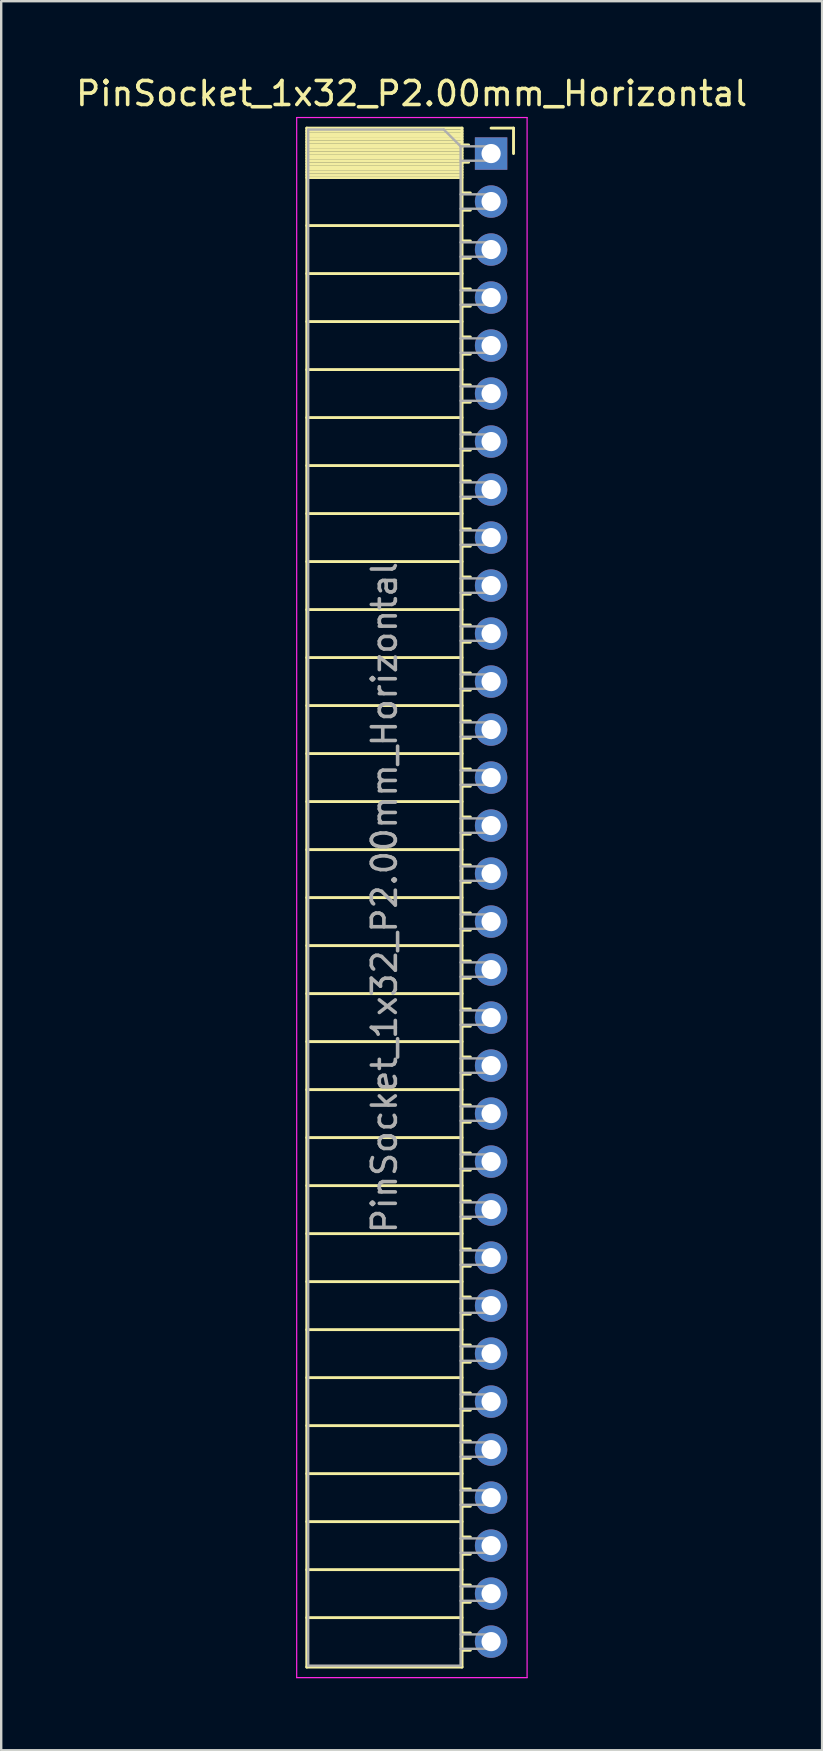
<source format=kicad_pcb>
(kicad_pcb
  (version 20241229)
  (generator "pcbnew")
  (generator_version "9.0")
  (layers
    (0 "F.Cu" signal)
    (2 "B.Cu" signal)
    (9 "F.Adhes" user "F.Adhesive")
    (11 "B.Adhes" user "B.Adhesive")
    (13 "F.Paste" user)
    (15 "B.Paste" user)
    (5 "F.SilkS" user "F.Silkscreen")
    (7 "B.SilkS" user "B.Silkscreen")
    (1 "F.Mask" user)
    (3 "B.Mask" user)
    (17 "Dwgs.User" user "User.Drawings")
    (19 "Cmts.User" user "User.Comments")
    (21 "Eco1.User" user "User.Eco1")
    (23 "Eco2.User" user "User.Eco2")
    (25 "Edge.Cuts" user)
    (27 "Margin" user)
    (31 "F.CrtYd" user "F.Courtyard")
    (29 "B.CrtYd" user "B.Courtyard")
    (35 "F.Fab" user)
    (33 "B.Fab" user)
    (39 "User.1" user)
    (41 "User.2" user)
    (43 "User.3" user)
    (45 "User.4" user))
  (footprint "PinSocket_1x32_P2.00mm_Horizontal"
    (layer "F.Cu")
    (at 17.411 3.348)
    (property "Reference" "PinSocket_1x32_P2.00mm_Horizontal" (at -3.31 -2.5 0) (layer "F.SilkS") (effects (font (size 1 1) (thickness 0.15))))
    (attr through_hole)
    (fp_line (start -7.68 -1.06) (end -7.68 63.06) (stroke (width 0.12) (type solid)) (layer "F.SilkS"))
    (fp_line (start -7.68 -1.06) (end -1.21 -1.06) (stroke (width 0.12) (type solid)) (layer "F.SilkS"))
    (fp_line (start -7.68 -0.94) (end -1.21 -0.94) (stroke (width 0.12) (type solid)) (layer "F.SilkS"))
    (fp_line (start -7.68 -0.826) (end -1.21 -0.826) (stroke (width 0.12) (type solid)) (layer "F.SilkS"))
    (fp_line (start -7.68 -0.712) (end -1.21 -0.712) (stroke (width 0.12) (type solid)) (layer "F.SilkS"))
    (fp_line (start -7.68 -0.598) (end -1.21 -0.598) (stroke (width 0.12) (type solid)) (layer "F.SilkS"))
    (fp_line (start -7.68 -0.484) (end -1.21 -0.484) (stroke (width 0.12) (type solid)) (layer "F.SilkS"))
    (fp_line (start -7.68 -0.369) (end -1.21 -0.369) (stroke (width 0.12) (type solid)) (layer "F.SilkS"))
    (fp_line (start -7.68 -0.255) (end -1.21 -0.255) (stroke (width 0.12) (type solid)) (layer "F.SilkS"))
    (fp_line (start -7.68 -0.141) (end -1.21 -0.141) (stroke (width 0.12) (type solid)) (layer "F.SilkS"))
    (fp_line (start -7.68 -0.027) (end -1.21 -0.027) (stroke (width 0.12) (type solid)) (layer "F.SilkS"))
    (fp_line (start -7.68 0.087) (end -1.21 0.087) (stroke (width 0.12) (type solid)) (layer "F.SilkS"))
    (fp_line (start -7.68 0.201) (end -1.21 0.201) (stroke (width 0.12) (type solid)) (layer "F.SilkS"))
    (fp_line (start -7.68 0.315) (end -1.21 0.315) (stroke (width 0.12) (type solid)) (layer "F.SilkS"))
    (fp_line (start -7.68 0.429) (end -1.21 0.429) (stroke (width 0.12) (type solid)) (layer "F.SilkS"))
    (fp_line (start -7.68 0.544) (end -1.21 0.544) (stroke (width 0.12) (type solid)) (layer "F.SilkS"))
    (fp_line (start -7.68 0.658) (end -1.21 0.658) (stroke (width 0.12) (type solid)) (layer "F.SilkS"))
    (fp_line (start -7.68 0.772) (end -1.21 0.772) (stroke (width 0.12) (type solid)) (layer "F.SilkS"))
    (fp_line (start -7.68 0.886) (end -1.21 0.886) (stroke (width 0.12) (type solid)) (layer "F.SilkS"))
    (fp_line (start -7.68 1) (end -1.21 1) (stroke (width 0.12) (type solid)) (layer "F.SilkS"))
    (fp_line (start -7.68 3) (end -1.21 3) (stroke (width 0.12) (type solid)) (layer "F.SilkS"))
    (fp_line (start -7.68 5) (end -1.21 5) (stroke (width 0.12) (type solid)) (layer "F.SilkS"))
    (fp_line (start -7.68 7) (end -1.21 7) (stroke (width 0.12) (type solid)) (layer "F.SilkS"))
    (fp_line (start -7.68 9) (end -1.21 9) (stroke (width 0.12) (type solid)) (layer "F.SilkS"))
    (fp_line (start -7.68 11) (end -1.21 11) (stroke (width 0.12) (type solid)) (layer "F.SilkS"))
    (fp_line (start -7.68 13) (end -1.21 13) (stroke (width 0.12) (type solid)) (layer "F.SilkS"))
    (fp_line (start -7.68 15) (end -1.21 15) (stroke (width 0.12) (type solid)) (layer "F.SilkS"))
    (fp_line (start -7.68 17) (end -1.21 17) (stroke (width 0.12) (type solid)) (layer "F.SilkS"))
    (fp_line (start -7.68 19) (end -1.21 19) (stroke (width 0.12) (type solid)) (layer "F.SilkS"))
    (fp_line (start -7.68 21) (end -1.21 21) (stroke (width 0.12) (type solid)) (layer "F.SilkS"))
    (fp_line (start -7.68 23) (end -1.21 23) (stroke (width 0.12) (type solid)) (layer "F.SilkS"))
    (fp_line (start -7.68 25) (end -1.21 25) (stroke (width 0.12) (type solid)) (layer "F.SilkS"))
    (fp_line (start -7.68 27) (end -1.21 27) (stroke (width 0.12) (type solid)) (layer "F.SilkS"))
    (fp_line (start -7.68 29) (end -1.21 29) (stroke (width 0.12) (type solid)) (layer "F.SilkS"))
    (fp_line (start -7.68 31) (end -1.21 31) (stroke (width 0.12) (type solid)) (layer "F.SilkS"))
    (fp_line (start -7.68 33) (end -1.21 33) (stroke (width 0.12) (type solid)) (layer "F.SilkS"))
    (fp_line (start -7.68 35) (end -1.21 35) (stroke (width 0.12) (type solid)) (layer "F.SilkS"))
    (fp_line (start -7.68 37) (end -1.21 37) (stroke (width 0.12) (type solid)) (layer "F.SilkS"))
    (fp_line (start -7.68 39) (end -1.21 39) (stroke (width 0.12) (type solid)) (layer "F.SilkS"))
    (fp_line (start -7.68 41) (end -1.21 41) (stroke (width 0.12) (type solid)) (layer "F.SilkS"))
    (fp_line (start -7.68 43) (end -1.21 43) (stroke (width 0.12) (type solid)) (layer "F.SilkS"))
    (fp_line (start -7.68 45) (end -1.21 45) (stroke (width 0.12) (type solid)) (layer "F.SilkS"))
    (fp_line (start -7.68 47) (end -1.21 47) (stroke (width 0.12) (type solid)) (layer "F.SilkS"))
    (fp_line (start -7.68 49) (end -1.21 49) (stroke (width 0.12) (type solid)) (layer "F.SilkS"))
    (fp_line (start -7.68 51) (end -1.21 51) (stroke (width 0.12) (type solid)) (layer "F.SilkS"))
    (fp_line (start -7.68 53) (end -1.21 53) (stroke (width 0.12) (type solid)) (layer "F.SilkS"))
    (fp_line (start -7.68 55) (end -1.21 55) (stroke (width 0.12) (type solid)) (layer "F.SilkS"))
    (fp_line (start -7.68 57) (end -1.21 57) (stroke (width 0.12) (type solid)) (layer "F.SilkS"))
    (fp_line (start -7.68 59) (end -1.21 59) (stroke (width 0.12) (type solid)) (layer "F.SilkS"))
    (fp_line (start -7.68 61) (end -1.21 61) (stroke (width 0.12) (type solid)) (layer "F.SilkS"))
    (fp_line (start -7.68 63.06) (end -1.21 63.06) (stroke (width 0.12) (type solid)) (layer "F.SilkS"))
    (fp_line (start -1.21 -1.06) (end -1.21 63.06) (stroke (width 0.12) (type solid)) (layer "F.SilkS"))
    (fp_line (start -1.21 -0.36) (end -0.935 -0.36) (stroke (width 0.12) (type solid)) (layer "F.SilkS"))
    (fp_line (start -1.21 0.36) (end -0.935 0.36) (stroke (width 0.12) (type solid)) (layer "F.SilkS"))
    (fp_line (start -1.21 1.64) (end -0.863 1.64) (stroke (width 0.12) (type solid)) (layer "F.SilkS"))
    (fp_line (start -1.21 2.36) (end -0.863 2.36) (stroke (width 0.12) (type solid)) (layer "F.SilkS"))
    (fp_line (start -1.21 3.64) (end -0.863 3.64) (stroke (width 0.12) (type solid)) (layer "F.SilkS"))
    (fp_line (start -1.21 4.36) (end -0.863 4.36) (stroke (width 0.12) (type solid)) (layer "F.SilkS"))
    (fp_line (start -1.21 5.64) (end -0.863 5.64) (stroke (width 0.12) (type solid)) (layer "F.SilkS"))
    (fp_line (start -1.21 6.36) (end -0.863 6.36) (stroke (width 0.12) (type solid)) (layer "F.SilkS"))
    (fp_line (start -1.21 7.64) (end -0.863 7.64) (stroke (width 0.12) (type solid)) (layer "F.SilkS"))
    (fp_line (start -1.21 8.36) (end -0.863 8.36) (stroke (width 0.12) (type solid)) (layer "F.SilkS"))
    (fp_line (start -1.21 9.64) (end -0.863 9.64) (stroke (width 0.12) (type solid)) (layer "F.SilkS"))
    (fp_line (start -1.21 10.36) (end -0.863 10.36) (stroke (width 0.12) (type solid)) (layer "F.SilkS"))
    (fp_line (start -1.21 11.64) (end -0.863 11.64) (stroke (width 0.12) (type solid)) (layer "F.SilkS"))
    (fp_line (start -1.21 12.36) (end -0.863 12.36) (stroke (width 0.12) (type solid)) (layer "F.SilkS"))
    (fp_line (start -1.21 13.64) (end -0.863 13.64) (stroke (width 0.12) (type solid)) (layer "F.SilkS"))
    (fp_line (start -1.21 14.36) (end -0.863 14.36) (stroke (width 0.12) (type solid)) (layer "F.SilkS"))
    (fp_line (start -1.21 15.64) (end -0.863 15.64) (stroke (width 0.12) (type solid)) (layer "F.SilkS"))
    (fp_line (start -1.21 16.36) (end -0.863 16.36) (stroke (width 0.12) (type solid)) (layer "F.SilkS"))
    (fp_line (start -1.21 17.64) (end -0.863 17.64) (stroke (width 0.12) (type solid)) (layer "F.SilkS"))
    (fp_line (start -1.21 18.36) (end -0.863 18.36) (stroke (width 0.12) (type solid)) (layer "F.SilkS"))
    (fp_line (start -1.21 19.64) (end -0.863 19.64) (stroke (width 0.12) (type solid)) (layer "F.SilkS"))
    (fp_line (start -1.21 20.36) (end -0.863 20.36) (stroke (width 0.12) (type solid)) (layer "F.SilkS"))
    (fp_line (start -1.21 21.64) (end -0.863 21.64) (stroke (width 0.12) (type solid)) (layer "F.SilkS"))
    (fp_line (start -1.21 22.36) (end -0.863 22.36) (stroke (width 0.12) (type solid)) (layer "F.SilkS"))
    (fp_line (start -1.21 23.64) (end -0.863 23.64) (stroke (width 0.12) (type solid)) (layer "F.SilkS"))
    (fp_line (start -1.21 24.36) (end -0.863 24.36) (stroke (width 0.12) (type solid)) (layer "F.SilkS"))
    (fp_line (start -1.21 25.64) (end -0.863 25.64) (stroke (width 0.12) (type solid)) (layer "F.SilkS"))
    (fp_line (start -1.21 26.36) (end -0.863 26.36) (stroke (width 0.12) (type solid)) (layer "F.SilkS"))
    (fp_line (start -1.21 27.64) (end -0.863 27.64) (stroke (width 0.12) (type solid)) (layer "F.SilkS"))
    (fp_line (start -1.21 28.36) (end -0.863 28.36) (stroke (width 0.12) (type solid)) (layer "F.SilkS"))
    (fp_line (start -1.21 29.64) (end -0.863 29.64) (stroke (width 0.12) (type solid)) (layer "F.SilkS"))
    (fp_line (start -1.21 30.36) (end -0.863 30.36) (stroke (width 0.12) (type solid)) (layer "F.SilkS"))
    (fp_line (start -1.21 31.64) (end -0.863 31.64) (stroke (width 0.12) (type solid)) (layer "F.SilkS"))
    (fp_line (start -1.21 32.36) (end -0.863 32.36) (stroke (width 0.12) (type solid)) (layer "F.SilkS"))
    (fp_line (start -1.21 33.64) (end -0.863 33.64) (stroke (width 0.12) (type solid)) (layer "F.SilkS"))
    (fp_line (start -1.21 34.36) (end -0.863 34.36) (stroke (width 0.12) (type solid)) (layer "F.SilkS"))
    (fp_line (start -1.21 35.64) (end -0.863 35.64) (stroke (width 0.12) (type solid)) (layer "F.SilkS"))
    (fp_line (start -1.21 36.36) (end -0.863 36.36) (stroke (width 0.12) (type solid)) (layer "F.SilkS"))
    (fp_line (start -1.21 37.64) (end -0.863 37.64) (stroke (width 0.12) (type solid)) (layer "F.SilkS"))
    (fp_line (start -1.21 38.36) (end -0.863 38.36) (stroke (width 0.12) (type solid)) (layer "F.SilkS"))
    (fp_line (start -1.21 39.64) (end -0.863 39.64) (stroke (width 0.12) (type solid)) (layer "F.SilkS"))
    (fp_line (start -1.21 40.36) (end -0.863 40.36) (stroke (width 0.12) (type solid)) (layer "F.SilkS"))
    (fp_line (start -1.21 41.64) (end -0.863 41.64) (stroke (width 0.12) (type solid)) (layer "F.SilkS"))
    (fp_line (start -1.21 42.36) (end -0.863 42.36) (stroke (width 0.12) (type solid)) (layer "F.SilkS"))
    (fp_line (start -1.21 43.64) (end -0.863 43.64) (stroke (width 0.12) (type solid)) (layer "F.SilkS"))
    (fp_line (start -1.21 44.36) (end -0.863 44.36) (stroke (width 0.12) (type solid)) (layer "F.SilkS"))
    (fp_line (start -1.21 45.64) (end -0.863 45.64) (stroke (width 0.12) (type solid)) (layer "F.SilkS"))
    (fp_line (start -1.21 46.36) (end -0.863 46.36) (stroke (width 0.12) (type solid)) (layer "F.SilkS"))
    (fp_line (start -1.21 47.64) (end -0.863 47.64) (stroke (width 0.12) (type solid)) (layer "F.SilkS"))
    (fp_line (start -1.21 48.36) (end -0.863 48.36) (stroke (width 0.12) (type solid)) (layer "F.SilkS"))
    (fp_line (start -1.21 49.64) (end -0.863 49.64) (stroke (width 0.12) (type solid)) (layer "F.SilkS"))
    (fp_line (start -1.21 50.36) (end -0.863 50.36) (stroke (width 0.12) (type solid)) (layer "F.SilkS"))
    (fp_line (start -1.21 51.64) (end -0.863 51.64) (stroke (width 0.12) (type solid)) (layer "F.SilkS"))
    (fp_line (start -1.21 52.36) (end -0.863 52.36) (stroke (width 0.12) (type solid)) (layer "F.SilkS"))
    (fp_line (start -1.21 53.64) (end -0.863 53.64) (stroke (width 0.12) (type solid)) (layer "F.SilkS"))
    (fp_line (start -1.21 54.36) (end -0.863 54.36) (stroke (width 0.12) (type solid)) (layer "F.SilkS"))
    (fp_line (start -1.21 55.64) (end -0.863 55.64) (stroke (width 0.12) (type solid)) (layer "F.SilkS"))
    (fp_line (start -1.21 56.36) (end -0.863 56.36) (stroke (width 0.12) (type solid)) (layer "F.SilkS"))
    (fp_line (start -1.21 57.64) (end -0.863 57.64) (stroke (width 0.12) (type solid)) (layer "F.SilkS"))
    (fp_line (start -1.21 58.36) (end -0.863 58.36) (stroke (width 0.12) (type solid)) (layer "F.SilkS"))
    (fp_line (start -1.21 59.64) (end -0.863 59.64) (stroke (width 0.12) (type solid)) (layer "F.SilkS"))
    (fp_line (start -1.21 60.36) (end -0.863 60.36) (stroke (width 0.12) (type solid)) (layer "F.SilkS"))
    (fp_line (start -1.21 61.64) (end -0.863 61.64) (stroke (width 0.12) (type solid)) (layer "F.SilkS"))
    (fp_line (start -1.21 62.36) (end -0.863 62.36) (stroke (width 0.12) (type solid)) (layer "F.SilkS"))
    (fp_line (start 0 -1.06) (end 0.935 -1.06) (stroke (width 0.12) (type solid)) (layer "F.SilkS"))
    (fp_line (start 0.935 -1.06) (end 0.935 0) (stroke (width 0.12) (type solid)) (layer "F.SilkS"))
    (fp_line (start -8.1 -1.5) (end -8.1 63.5) (stroke (width 0.05) (type solid)) (layer "F.CrtYd"))
    (fp_line (start -8.1 63.5) (end 1.5 63.5) (stroke (width 0.05) (type solid)) (layer "F.CrtYd"))
    (fp_line (start 1.5 -1.5) (end -8.1 -1.5) (stroke (width 0.05) (type solid)) (layer "F.CrtYd"))
    (fp_line (start 1.5 63.5) (end 1.5 -1.5) (stroke (width 0.05) (type solid)) (layer "F.CrtYd"))
    (fp_line (start -7.62 -1) (end -1.97 -1) (stroke (width 0.1) (type solid)) (layer "F.Fab"))
    (fp_line (start -7.62 63) (end -7.62 -1) (stroke (width 0.1) (type solid)) (layer "F.Fab"))
    (fp_line (start -1.97 -1) (end -1.27 -0.3) (stroke (width 0.1) (type solid)) (layer "F.Fab"))
    (fp_line (start -1.27 -0.3) (end -1.27 63) (stroke (width 0.1) (type solid)) (layer "F.Fab"))
    (fp_line (start -1.27 0.3) (end 0 0.3) (stroke (width 0.1) (type solid)) (layer "F.Fab"))
    (fp_line (start -1.27 2.3) (end 0 2.3) (stroke (width 0.1) (type solid)) (layer "F.Fab"))
    (fp_line (start -1.27 4.3) (end 0 4.3) (stroke (width 0.1) (type solid)) (layer "F.Fab"))
    (fp_line (start -1.27 6.3) (end 0 6.3) (stroke (width 0.1) (type solid)) (layer "F.Fab"))
    (fp_line (start -1.27 8.3) (end 0 8.3) (stroke (width 0.1) (type solid)) (layer "F.Fab"))
    (fp_line (start -1.27 10.3) (end 0 10.3) (stroke (width 0.1) (type solid)) (layer "F.Fab"))
    (fp_line (start -1.27 12.3) (end 0 12.3) (stroke (width 0.1) (type solid)) (layer "F.Fab"))
    (fp_line (start -1.27 14.3) (end 0 14.3) (stroke (width 0.1) (type solid)) (layer "F.Fab"))
    (fp_line (start -1.27 16.3) (end 0 16.3) (stroke (width 0.1) (type solid)) (layer "F.Fab"))
    (fp_line (start -1.27 18.3) (end 0 18.3) (stroke (width 0.1) (type solid)) (layer "F.Fab"))
    (fp_line (start -1.27 20.3) (end 0 20.3) (stroke (width 0.1) (type solid)) (layer "F.Fab"))
    (fp_line (start -1.27 22.3) (end 0 22.3) (stroke (width 0.1) (type solid)) (layer "F.Fab"))
    (fp_line (start -1.27 24.3) (end 0 24.3) (stroke (width 0.1) (type solid)) (layer "F.Fab"))
    (fp_line (start -1.27 26.3) (end 0 26.3) (stroke (width 0.1) (type solid)) (layer "F.Fab"))
    (fp_line (start -1.27 28.3) (end 0 28.3) (stroke (width 0.1) (type solid)) (layer "F.Fab"))
    (fp_line (start -1.27 30.3) (end 0 30.3) (stroke (width 0.1) (type solid)) (layer "F.Fab"))
    (fp_line (start -1.27 32.3) (end 0 32.3) (stroke (width 0.1) (type solid)) (layer "F.Fab"))
    (fp_line (start -1.27 34.3) (end 0 34.3) (stroke (width 0.1) (type solid)) (layer "F.Fab"))
    (fp_line (start -1.27 36.3) (end 0 36.3) (stroke (width 0.1) (type solid)) (layer "F.Fab"))
    (fp_line (start -1.27 38.3) (end 0 38.3) (stroke (width 0.1) (type solid)) (layer "F.Fab"))
    (fp_line (start -1.27 40.3) (end 0 40.3) (stroke (width 0.1) (type solid)) (layer "F.Fab"))
    (fp_line (start -1.27 42.3) (end 0 42.3) (stroke (width 0.1) (type solid)) (layer "F.Fab"))
    (fp_line (start -1.27 44.3) (end 0 44.3) (stroke (width 0.1) (type solid)) (layer "F.Fab"))
    (fp_line (start -1.27 46.3) (end 0 46.3) (stroke (width 0.1) (type solid)) (layer "F.Fab"))
    (fp_line (start -1.27 48.3) (end 0 48.3) (stroke (width 0.1) (type solid)) (layer "F.Fab"))
    (fp_line (start -1.27 50.3) (end 0 50.3) (stroke (width 0.1) (type solid)) (layer "F.Fab"))
    (fp_line (start -1.27 52.3) (end 0 52.3) (stroke (width 0.1) (type solid)) (layer "F.Fab"))
    (fp_line (start -1.27 54.3) (end 0 54.3) (stroke (width 0.1) (type solid)) (layer "F.Fab"))
    (fp_line (start -1.27 56.3) (end 0 56.3) (stroke (width 0.1) (type solid)) (layer "F.Fab"))
    (fp_line (start -1.27 58.3) (end 0 58.3) (stroke (width 0.1) (type solid)) (layer "F.Fab"))
    (fp_line (start -1.27 60.3) (end 0 60.3) (stroke (width 0.1) (type solid)) (layer "F.Fab"))
    (fp_line (start -1.27 62.3) (end 0 62.3) (stroke (width 0.1) (type solid)) (layer "F.Fab"))
    (fp_line (start -1.27 63) (end -7.62 63) (stroke (width 0.1) (type solid)) (layer "F.Fab"))
    (fp_line (start 0 -0.3) (end -1.27 -0.3) (stroke (width 0.1) (type solid)) (layer "F.Fab"))
    (fp_line (start 0 0.3) (end 0 -0.3) (stroke (width 0.1) (type solid)) (layer "F.Fab"))
    (fp_line (start 0 1.7) (end -1.27 1.7) (stroke (width 0.1) (type solid)) (layer "F.Fab"))
    (fp_line (start 0 2.3) (end 0 1.7) (stroke (width 0.1) (type solid)) (layer "F.Fab"))
    (fp_line (start 0 3.7) (end -1.27 3.7) (stroke (width 0.1) (type solid)) (layer "F.Fab"))
    (fp_line (start 0 4.3) (end 0 3.7) (stroke (width 0.1) (type solid)) (layer "F.Fab"))
    (fp_line (start 0 5.7) (end -1.27 5.7) (stroke (width 0.1) (type solid)) (layer "F.Fab"))
    (fp_line (start 0 6.3) (end 0 5.7) (stroke (width 0.1) (type solid)) (layer "F.Fab"))
    (fp_line (start 0 7.7) (end -1.27 7.7) (stroke (width 0.1) (type solid)) (layer "F.Fab"))
    (fp_line (start 0 8.3) (end 0 7.7) (stroke (width 0.1) (type solid)) (layer "F.Fab"))
    (fp_line (start 0 9.7) (end -1.27 9.7) (stroke (width 0.1) (type solid)) (layer "F.Fab"))
    (fp_line (start 0 10.3) (end 0 9.7) (stroke (width 0.1) (type solid)) (layer "F.Fab"))
    (fp_line (start 0 11.7) (end -1.27 11.7) (stroke (width 0.1) (type solid)) (layer "F.Fab"))
    (fp_line (start 0 12.3) (end 0 11.7) (stroke (width 0.1) (type solid)) (layer "F.Fab"))
    (fp_line (start 0 13.7) (end -1.27 13.7) (stroke (width 0.1) (type solid)) (layer "F.Fab"))
    (fp_line (start 0 14.3) (end 0 13.7) (stroke (width 0.1) (type solid)) (layer "F.Fab"))
    (fp_line (start 0 15.7) (end -1.27 15.7) (stroke (width 0.1) (type solid)) (layer "F.Fab"))
    (fp_line (start 0 16.3) (end 0 15.7) (stroke (width 0.1) (type solid)) (layer "F.Fab"))
    (fp_line (start 0 17.7) (end -1.27 17.7) (stroke (width 0.1) (type solid)) (layer "F.Fab"))
    (fp_line (start 0 18.3) (end 0 17.7) (stroke (width 0.1) (type solid)) (layer "F.Fab"))
    (fp_line (start 0 19.7) (end -1.27 19.7) (stroke (width 0.1) (type solid)) (layer "F.Fab"))
    (fp_line (start 0 20.3) (end 0 19.7) (stroke (width 0.1) (type solid)) (layer "F.Fab"))
    (fp_line (start 0 21.7) (end -1.27 21.7) (stroke (width 0.1) (type solid)) (layer "F.Fab"))
    (fp_line (start 0 22.3) (end 0 21.7) (stroke (width 0.1) (type solid)) (layer "F.Fab"))
    (fp_line (start 0 23.7) (end -1.27 23.7) (stroke (width 0.1) (type solid)) (layer "F.Fab"))
    (fp_line (start 0 24.3) (end 0 23.7) (stroke (width 0.1) (type solid)) (layer "F.Fab"))
    (fp_line (start 0 25.7) (end -1.27 25.7) (stroke (width 0.1) (type solid)) (layer "F.Fab"))
    (fp_line (start 0 26.3) (end 0 25.7) (stroke (width 0.1) (type solid)) (layer "F.Fab"))
    (fp_line (start 0 27.7) (end -1.27 27.7) (stroke (width 0.1) (type solid)) (layer "F.Fab"))
    (fp_line (start 0 28.3) (end 0 27.7) (stroke (width 0.1) (type solid)) (layer "F.Fab"))
    (fp_line (start 0 29.7) (end -1.27 29.7) (stroke (width 0.1) (type solid)) (layer "F.Fab"))
    (fp_line (start 0 30.3) (end 0 29.7) (stroke (width 0.1) (type solid)) (layer "F.Fab"))
    (fp_line (start 0 31.7) (end -1.27 31.7) (stroke (width 0.1) (type solid)) (layer "F.Fab"))
    (fp_line (start 0 32.3) (end 0 31.7) (stroke (width 0.1) (type solid)) (layer "F.Fab"))
    (fp_line (start 0 33.7) (end -1.27 33.7) (stroke (width 0.1) (type solid)) (layer "F.Fab"))
    (fp_line (start 0 34.3) (end 0 33.7) (stroke (width 0.1) (type solid)) (layer "F.Fab"))
    (fp_line (start 0 35.7) (end -1.27 35.7) (stroke (width 0.1) (type solid)) (layer "F.Fab"))
    (fp_line (start 0 36.3) (end 0 35.7) (stroke (width 0.1) (type solid)) (layer "F.Fab"))
    (fp_line (start 0 37.7) (end -1.27 37.7) (stroke (width 0.1) (type solid)) (layer "F.Fab"))
    (fp_line (start 0 38.3) (end 0 37.7) (stroke (width 0.1) (type solid)) (layer "F.Fab"))
    (fp_line (start 0 39.7) (end -1.27 39.7) (stroke (width 0.1) (type solid)) (layer "F.Fab"))
    (fp_line (start 0 40.3) (end 0 39.7) (stroke (width 0.1) (type solid)) (layer "F.Fab"))
    (fp_line (start 0 41.7) (end -1.27 41.7) (stroke (width 0.1) (type solid)) (layer "F.Fab"))
    (fp_line (start 0 42.3) (end 0 41.7) (stroke (width 0.1) (type solid)) (layer "F.Fab"))
    (fp_line (start 0 43.7) (end -1.27 43.7) (stroke (width 0.1) (type solid)) (layer "F.Fab"))
    (fp_line (start 0 44.3) (end 0 43.7) (stroke (width 0.1) (type solid)) (layer "F.Fab"))
    (fp_line (start 0 45.7) (end -1.27 45.7) (stroke (width 0.1) (type solid)) (layer "F.Fab"))
    (fp_line (start 0 46.3) (end 0 45.7) (stroke (width 0.1) (type solid)) (layer "F.Fab"))
    (fp_line (start 0 47.7) (end -1.27 47.7) (stroke (width 0.1) (type solid)) (layer "F.Fab"))
    (fp_line (start 0 48.3) (end 0 47.7) (stroke (width 0.1) (type solid)) (layer "F.Fab"))
    (fp_line (start 0 49.7) (end -1.27 49.7) (stroke (width 0.1) (type solid)) (layer "F.Fab"))
    (fp_line (start 0 50.3) (end 0 49.7) (stroke (width 0.1) (type solid)) (layer "F.Fab"))
    (fp_line (start 0 51.7) (end -1.27 51.7) (stroke (width 0.1) (type solid)) (layer "F.Fab"))
    (fp_line (start 0 52.3) (end 0 51.7) (stroke (width 0.1) (type solid)) (layer "F.Fab"))
    (fp_line (start 0 53.7) (end -1.27 53.7) (stroke (width 0.1) (type solid)) (layer "F.Fab"))
    (fp_line (start 0 54.3) (end 0 53.7) (stroke (width 0.1) (type solid)) (layer "F.Fab"))
    (fp_line (start 0 55.7) (end -1.27 55.7) (stroke (width 0.1) (type solid)) (layer "F.Fab"))
    (fp_line (start 0 56.3) (end 0 55.7) (stroke (width 0.1) (type solid)) (layer "F.Fab"))
    (fp_line (start 0 57.7) (end -1.27 57.7) (stroke (width 0.1) (type solid)) (layer "F.Fab"))
    (fp_line (start 0 58.3) (end 0 57.7) (stroke (width 0.1) (type solid)) (layer "F.Fab"))
    (fp_line (start 0 59.7) (end -1.27 59.7) (stroke (width 0.1) (type solid)) (layer "F.Fab"))
    (fp_line (start 0 60.3) (end 0 59.7) (stroke (width 0.1) (type solid)) (layer "F.Fab"))
    (fp_line (start 0 61.7) (end -1.27 61.7) (stroke (width 0.1) (type solid)) (layer "F.Fab"))
    (fp_line (start 0 62.3) (end 0 61.7) (stroke (width 0.1) (type solid)) (layer "F.Fab"))
    (fp_text user "${REFERENCE}" (at -4.445 31 90) (layer "F.Fab") (effects (font (size 1 1) (thickness 0.15))))
    (pad "1" thru_hole rect (at 0 0) (size 1.35 1.35) (drill 0.8) (layers "*.Cu" "*.Mask"))
    (pad "2" thru_hole circle (at 0 2) (size 1.35 1.35) (drill 0.8) (layers "*.Cu" "*.Mask"))
    (pad "3" thru_hole circle (at 0 4) (size 1.35 1.35) (drill 0.8) (layers "*.Cu" "*.Mask"))
    (pad "4" thru_hole circle (at 0 6) (size 1.35 1.35) (drill 0.8) (layers "*.Cu" "*.Mask"))
    (pad "5" thru_hole circle (at 0 8) (size 1.35 1.35) (drill 0.8) (layers "*.Cu" "*.Mask"))
    (pad "6" thru_hole circle (at 0 10) (size 1.35 1.35) (drill 0.8) (layers "*.Cu" "*.Mask"))
    (pad "7" thru_hole circle (at 0 12) (size 1.35 1.35) (drill 0.8) (layers "*.Cu" "*.Mask"))
    (pad "8" thru_hole circle (at 0 14) (size 1.35 1.35) (drill 0.8) (layers "*.Cu" "*.Mask"))
    (pad "9" thru_hole circle (at 0 16) (size 1.35 1.35) (drill 0.8) (layers "*.Cu" "*.Mask"))
    (pad "10" thru_hole circle (at 0 18) (size 1.35 1.35) (drill 0.8) (layers "*.Cu" "*.Mask"))
    (pad "11" thru_hole circle (at 0 20) (size 1.35 1.35) (drill 0.8) (layers "*.Cu" "*.Mask"))
    (pad "12" thru_hole circle (at 0 22) (size 1.35 1.35) (drill 0.8) (layers "*.Cu" "*.Mask"))
    (pad "13" thru_hole circle (at 0 24) (size 1.35 1.35) (drill 0.8) (layers "*.Cu" "*.Mask"))
    (pad "14" thru_hole circle (at 0 26) (size 1.35 1.35) (drill 0.8) (layers "*.Cu" "*.Mask"))
    (pad "15" thru_hole circle (at 0 28) (size 1.35 1.35) (drill 0.8) (layers "*.Cu" "*.Mask"))
    (pad "16" thru_hole circle (at 0 30) (size 1.35 1.35) (drill 0.8) (layers "*.Cu" "*.Mask"))
    (pad "17" thru_hole circle (at 0 32) (size 1.35 1.35) (drill 0.8) (layers "*.Cu" "*.Mask"))
    (pad "18" thru_hole circle (at 0 34) (size 1.35 1.35) (drill 0.8) (layers "*.Cu" "*.Mask"))
    (pad "19" thru_hole circle (at 0 36) (size 1.35 1.35) (drill 0.8) (layers "*.Cu" "*.Mask"))
    (pad "20" thru_hole circle (at 0 38) (size 1.35 1.35) (drill 0.8) (layers "*.Cu" "*.Mask"))
    (pad "21" thru_hole circle (at 0 40) (size 1.35 1.35) (drill 0.8) (layers "*.Cu" "*.Mask"))
    (pad "22" thru_hole circle (at 0 42) (size 1.35 1.35) (drill 0.8) (layers "*.Cu" "*.Mask"))
    (pad "23" thru_hole circle (at 0 44) (size 1.35 1.35) (drill 0.8) (layers "*.Cu" "*.Mask"))
    (pad "24" thru_hole circle (at 0 46) (size 1.35 1.35) (drill 0.8) (layers "*.Cu" "*.Mask"))
    (pad "25" thru_hole circle (at 0 48) (size 1.35 1.35) (drill 0.8) (layers "*.Cu" "*.Mask"))
    (pad "26" thru_hole circle (at 0 50) (size 1.35 1.35) (drill 0.8) (layers "*.Cu" "*.Mask"))
    (pad "27" thru_hole circle (at 0 52) (size 1.35 1.35) (drill 0.8) (layers "*.Cu" "*.Mask"))
    (pad "28" thru_hole circle (at 0 54) (size 1.35 1.35) (drill 0.8) (layers "*.Cu" "*.Mask"))
    (pad "29" thru_hole circle (at 0 56) (size 1.35 1.35) (drill 0.8) (layers "*.Cu" "*.Mask"))
    (pad "30" thru_hole circle (at 0 58) (size 1.35 1.35) (drill 0.8) (layers "*.Cu" "*.Mask"))
    (pad "31" thru_hole circle (at 0 60) (size 1.35 1.35) (drill 0.8) (layers "*.Cu" "*.Mask"))
    (pad "32" thru_hole circle (at 0 62) (size 1.35 1.35) (drill 0.8) (layers "*.Cu" "*.Mask")))
  (gr_rect
    (start -3 -3)
    (end 31.202 69.873)
    (stroke (width 0.1) (type default))
    (fill no)
    (layer "Edge.Cuts")))
</source>
